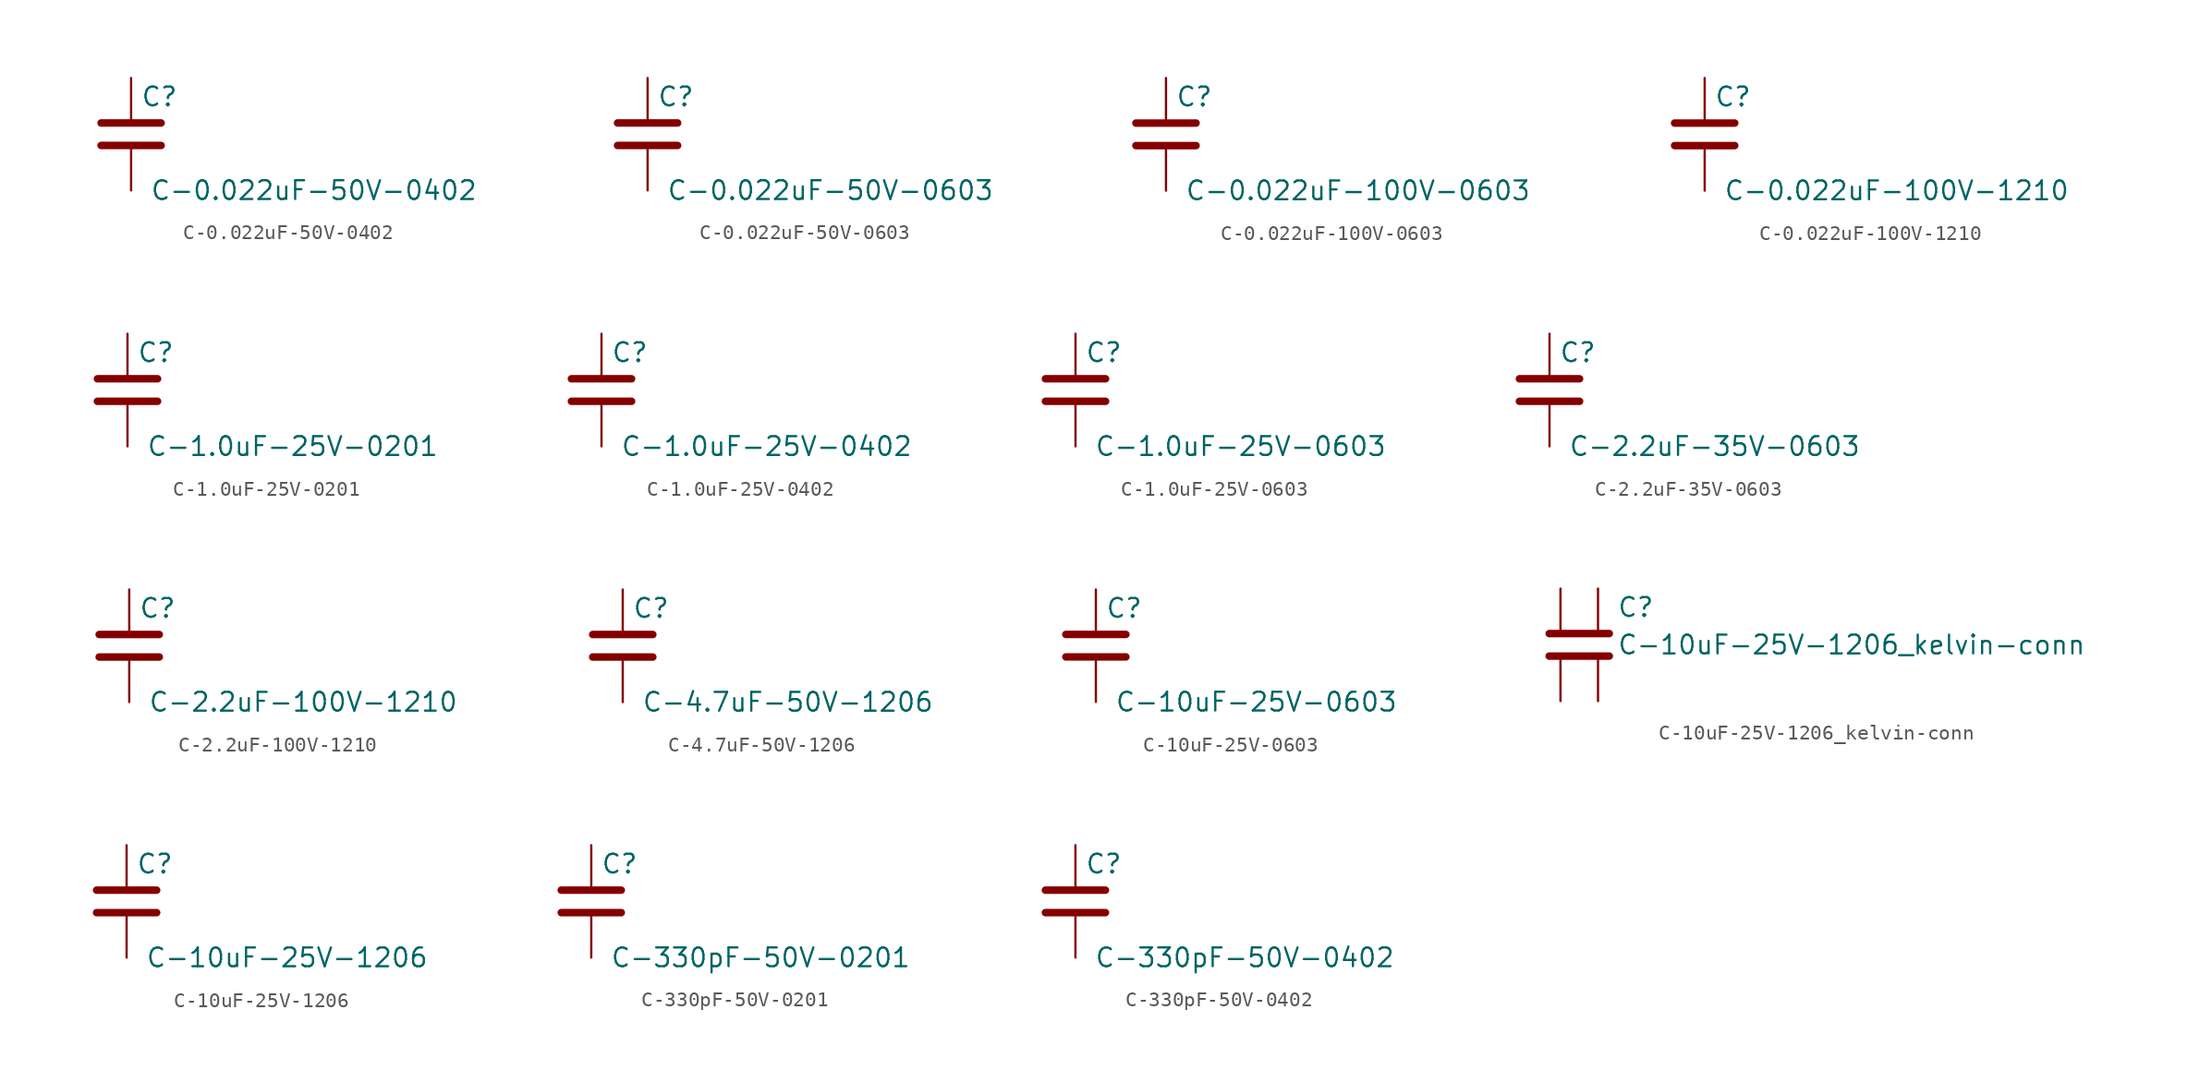
<source format=kicad_sym>
(kicad_symbol_lib
  (version 20220914)
  (generator kicad_symbol_editor)
  (symbol "C-0.022uF-50V-0402"
    (pin_numbers hide)
    (pin_names
      (offset 0.254))
    (property "Reference" "C"
      (at 0.635 2.54 0)
      (effects (font (size 1.27 1.27)) (justify left)))
    (property "Value" "C-0.022uF-50V-0402"
      (at 1.27 -3.81 0)
      (effects (font (size 1.27 1.27)) (justify left)))
    (symbol "C-0.022uF-50V-0402_0_1"
      (polyline (pts (xy -2.032 -0.762) (xy 2.032 -0.762)) (stroke (width 0.508) (type default)) (fill (type none)))
      (polyline (pts (xy -2.032 0.762) (xy 2.032 0.762)) (stroke (width 0.508) (type default)) (fill (type none))))
    (symbol "C-0.022uF-50V-0402_1_1"
      (pin passive line (at 0 3.81 270) (length 2.794) (name "~" (effects (font (size 1.27 1.27)))) (number "1" (effects (font (size 1.27 1.27)))))
      (pin passive line (at 0 -3.81 90) (length 2.794) (name "~" (effects (font (size 1.27 1.27)))) (number "2" (effects (font (size 1.27 1.27)))))))
  (symbol "C-0.022uF-50V-0603"
    (pin_numbers hide)
    (pin_names
      (offset 0.254))
    (property "Reference" "C"
      (at 0.635 2.54 0)
      (effects (font (size 1.27 1.27)) (justify left)))
    (property "Value" "C-0.022uF-50V-0603"
      (at 1.27 -3.81 0)
      (effects (font (size 1.27 1.27)) (justify left)))
    (symbol "C-0.022uF-50V-0603_0_1"
      (polyline (pts (xy -2.032 -0.762) (xy 2.032 -0.762)) (stroke (width 0.508) (type default)) (fill (type none)))
      (polyline (pts (xy -2.032 0.762) (xy 2.032 0.762)) (stroke (width 0.508) (type default)) (fill (type none))))
    (symbol "C-0.022uF-50V-0603_1_1"
      (pin passive line (at 0 3.81 270) (length 2.794) (name "~" (effects (font (size 1.27 1.27)))) (number "1" (effects (font (size 1.27 1.27)))))
      (pin passive line (at 0 -3.81 90) (length 2.794) (name "~" (effects (font (size 1.27 1.27)))) (number "2" (effects (font (size 1.27 1.27)))))))
  (symbol "C-0.022uF-100V-0603"
    (pin_numbers hide)
    (pin_names
      (offset 0.254))
    (property "Reference" "C"
      (at 0.635 2.54 0)
      (effects (font (size 1.27 1.27)) (justify left)))
    (property "Value" "C-0.022uF-100V-0603"
      (at 1.27 -3.81 0)
      (effects (font (size 1.27 1.27)) (justify left)))
    (symbol "C-0.022uF-100V-0603_0_1"
      (polyline (pts (xy -2.032 -0.762) (xy 2.032 -0.762)) (stroke (width 0.508) (type default)) (fill (type none)))
      (polyline (pts (xy -2.032 0.762) (xy 2.032 0.762)) (stroke (width 0.508) (type default)) (fill (type none))))
    (symbol "C-0.022uF-100V-0603_1_1"
      (pin passive line (at 0 3.81 270) (length 2.794) (name "~" (effects (font (size 1.27 1.27)))) (number "1" (effects (font (size 1.27 1.27)))))
      (pin passive line (at 0 -3.81 90) (length 2.794) (name "~" (effects (font (size 1.27 1.27)))) (number "2" (effects (font (size 1.27 1.27)))))))
  (symbol "C-0.022uF-100V-1210"
    (pin_numbers hide)
    (pin_names
      (offset 0.254))
    (property "Reference" "C"
      (at 0.635 2.54 0)
      (effects (font (size 1.27 1.27)) (justify left)))
    (property "Value" "C-0.022uF-100V-1210"
      (at 1.27 -3.81 0)
      (effects (font (size 1.27 1.27)) (justify left)))
    (symbol "C-0.022uF-100V-1210_0_1"
      (polyline (pts (xy -2.032 -0.762) (xy 2.032 -0.762)) (stroke (width 0.508) (type default)) (fill (type none)))
      (polyline (pts (xy -2.032 0.762) (xy 2.032 0.762)) (stroke (width 0.508) (type default)) (fill (type none))))
    (symbol "C-0.022uF-100V-1210_1_1"
      (pin passive line (at 0 3.81 270) (length 2.794) (name "~" (effects (font (size 1.27 1.27)))) (number "1" (effects (font (size 1.27 1.27)))))
      (pin passive line (at 0 -3.81 90) (length 2.794) (name "~" (effects (font (size 1.27 1.27)))) (number "2" (effects (font (size 1.27 1.27)))))))
  (symbol "C-1.0uF-25V-0201"
    (pin_numbers hide)
    (pin_names
      (offset 0.254))
    (property "Reference" "C"
      (at 0.635 2.54 0)
      (effects (font (size 1.27 1.27)) (justify left)))
    (property "Value" "C-1.0uF-25V-0201"
      (at 1.27 -3.81 0)
      (effects (font (size 1.27 1.27)) (justify left)))
    (symbol "C-1.0uF-25V-0201_0_1"
      (polyline (pts (xy -2.032 -0.762) (xy 2.032 -0.762)) (stroke (width 0.508) (type default)) (fill (type none)))
      (polyline (pts (xy -2.032 0.762) (xy 2.032 0.762)) (stroke (width 0.508) (type default)) (fill (type none))))
    (symbol "C-1.0uF-25V-0201_1_1"
      (pin passive line (at 0 3.81 270) (length 2.794) (name "~" (effects (font (size 1.27 1.27)))) (number "1" (effects (font (size 1.27 1.27)))))
      (pin passive line (at 0 -3.81 90) (length 2.794) (name "~" (effects (font (size 1.27 1.27)))) (number "2" (effects (font (size 1.27 1.27)))))))
  (symbol "C-1.0uF-25V-0402"
    (pin_numbers hide)
    (pin_names
      (offset 0.254))
    (property "Reference" "C"
      (at 0.635 2.54 0)
      (effects (font (size 1.27 1.27)) (justify left)))
    (property "Value" "C-1.0uF-25V-0402"
      (at 1.27 -3.81 0)
      (effects (font (size 1.27 1.27)) (justify left)))
    (symbol "C-1.0uF-25V-0402_0_1"
      (polyline (pts (xy -2.032 -0.762) (xy 2.032 -0.762)) (stroke (width 0.508) (type default)) (fill (type none)))
      (polyline (pts (xy -2.032 0.762) (xy 2.032 0.762)) (stroke (width 0.508) (type default)) (fill (type none))))
    (symbol "C-1.0uF-25V-0402_1_1"
      (pin passive line (at 0 3.81 270) (length 2.794) (name "~" (effects (font (size 1.27 1.27)))) (number "1" (effects (font (size 1.27 1.27)))))
      (pin passive line (at 0 -3.81 90) (length 2.794) (name "~" (effects (font (size 1.27 1.27)))) (number "2" (effects (font (size 1.27 1.27)))))))
  (symbol "C-1.0uF-25V-0603"
    (pin_numbers hide)
    (pin_names
      (offset 0.254))
    (property "Reference" "C"
      (at 0.635 2.54 0)
      (effects (font (size 1.27 1.27)) (justify left)))
    (property "Value" "C-1.0uF-25V-0603"
      (at 1.27 -3.81 0)
      (effects (font (size 1.27 1.27)) (justify left)))
    (symbol "C-1.0uF-25V-0603_0_1"
      (polyline (pts (xy -2.032 -0.762) (xy 2.032 -0.762)) (stroke (width 0.508) (type default)) (fill (type none)))
      (polyline (pts (xy -2.032 0.762) (xy 2.032 0.762)) (stroke (width 0.508) (type default)) (fill (type none))))
    (symbol "C-1.0uF-25V-0603_1_1"
      (pin passive line (at 0 3.81 270) (length 2.794) (name "~" (effects (font (size 1.27 1.27)))) (number "1" (effects (font (size 1.27 1.27)))))
      (pin passive line (at 0 -3.81 90) (length 2.794) (name "~" (effects (font (size 1.27 1.27)))) (number "2" (effects (font (size 1.27 1.27)))))))
  (symbol "C-2.2uF-35V-0603"
    (pin_numbers hide)
    (pin_names
      (offset 0.254))
    (property "Reference" "C"
      (at 0.635 2.54 0)
      (effects (font (size 1.27 1.27)) (justify left)))
    (property "Value" "C-2.2uF-35V-0603"
      (at 1.27 -3.81 0)
      (effects (font (size 1.27 1.27)) (justify left)))
    (symbol "C-2.2uF-35V-0603_0_1"
      (polyline (pts (xy -2.032 -0.762) (xy 2.032 -0.762)) (stroke (width 0.508) (type default)) (fill (type none)))
      (polyline (pts (xy -2.032 0.762) (xy 2.032 0.762)) (stroke (width 0.508) (type default)) (fill (type none))))
    (symbol "C-2.2uF-35V-0603_1_1"
      (pin passive line (at 0 3.81 270) (length 2.794) (name "~" (effects (font (size 1.27 1.27)))) (number "1" (effects (font (size 1.27 1.27)))))
      (pin passive line (at 0 -3.81 90) (length 2.794) (name "~" (effects (font (size 1.27 1.27)))) (number "2" (effects (font (size 1.27 1.27)))))))
  (symbol "C-2.2uF-100V-1210"
    (pin_numbers hide)
    (pin_names
      (offset 0.254))
    (property "Reference" "C"
      (at 0.635 2.54 0)
      (effects (font (size 1.27 1.27)) (justify left)))
    (property "Value" "C-2.2uF-100V-1210"
      (at 1.27 -3.81 0)
      (effects (font (size 1.27 1.27)) (justify left)))
    (symbol "C-2.2uF-100V-1210_0_1"
      (polyline (pts (xy -2.032 -0.762) (xy 2.032 -0.762)) (stroke (width 0.508) (type default)) (fill (type none)))
      (polyline (pts (xy -2.032 0.762) (xy 2.032 0.762)) (stroke (width 0.508) (type default)) (fill (type none))))
    (symbol "C-2.2uF-100V-1210_1_1"
      (pin passive line (at 0 3.81 270) (length 2.794) (name "~" (effects (font (size 1.27 1.27)))) (number "1" (effects (font (size 1.27 1.27)))))
      (pin passive line (at 0 -3.81 90) (length 2.794) (name "~" (effects (font (size 1.27 1.27)))) (number "2" (effects (font (size 1.27 1.27)))))))
  (symbol "C-4.7uF-50V-1206"
    (pin_numbers hide)
    (pin_names
      (offset 0.254))
    (property "Reference" "C"
      (at 0.635 2.54 0)
      (effects (font (size 1.27 1.27)) (justify left)))
    (property "Value" "C-4.7uF-50V-1206"
      (at 1.27 -3.81 0)
      (effects (font (size 1.27 1.27)) (justify left)))
    (symbol "C-4.7uF-50V-1206_0_1"
      (polyline (pts (xy -2.032 -0.762) (xy 2.032 -0.762)) (stroke (width 0.508) (type default)) (fill (type none)))
      (polyline (pts (xy -2.032 0.762) (xy 2.032 0.762)) (stroke (width 0.508) (type default)) (fill (type none))))
    (symbol "C-4.7uF-50V-1206_1_1"
      (pin passive line (at 0 3.81 270) (length 2.794) (name "~" (effects (font (size 1.27 1.27)))) (number "1" (effects (font (size 1.27 1.27)))))
      (pin passive line (at 0 -3.81 90) (length 2.794) (name "~" (effects (font (size 1.27 1.27)))) (number "2" (effects (font (size 1.27 1.27)))))))
  (symbol "C-10uF-25V-0603"
    (pin_numbers hide)
    (pin_names
      (offset 0.254))
    (property "Reference" "C"
      (at 0.635 2.54 0)
      (effects (font (size 1.27 1.27)) (justify left)))
    (property "Value" "C-10uF-25V-0603"
      (at 1.27 -3.81 0)
      (effects (font (size 1.27 1.27)) (justify left)))
    (symbol "C-10uF-25V-0603_0_1"
      (polyline (pts (xy -2.032 -0.762) (xy 2.032 -0.762)) (stroke (width 0.508) (type default)) (fill (type none)))
      (polyline (pts (xy -2.032 0.762) (xy 2.032 0.762)) (stroke (width 0.508) (type default)) (fill (type none))))
    (symbol "C-10uF-25V-0603_1_1"
      (pin passive line (at 0 3.81 270) (length 2.794) (name "~" (effects (font (size 1.27 1.27)))) (number "1" (effects (font (size 1.27 1.27)))))
      (pin passive line (at 0 -3.81 90) (length 2.794) (name "~" (effects (font (size 1.27 1.27)))) (number "2" (effects (font (size 1.27 1.27)))))))
  (symbol "C-10uF-25V-1206_kelvin-conn"
    (pin_numbers hide)
    (pin_names
      (offset 0.254))
    (property "Reference" "C"
      (at 2.54 2.54 0)
      (effects (font (size 1.27 1.27)) (justify left)))
    (property "Value" "C-10uF-25V-1206_kelvin-conn"
      (at 2.54 0 0)
      (effects (font (size 1.27 1.27)) (justify left)))
    (symbol "C-10uF-25V-1206_kelvin-conn_0_1"
      (polyline (pts (xy -2.032 -0.762) (xy 2.032 -0.762)) (stroke (width 0.508) (type default)) (fill (type none)))
      (polyline (pts (xy -2.032 0.762) (xy 2.032 0.762)) (stroke (width 0.508) (type default)) (fill (type none))))
    (symbol "C-10uF-25V-1206_kelvin-conn_1_1"
      (pin passive line (at -1.27 3.81 270) (length 2.794) (name "~" (effects (font (size 1.27 1.27)))) (number "1" (effects (font (size 1.27 1.27)))))
      (pin passive line (at 1.27 3.81 270) (length 2.794) (name "~" (effects (font (size 1.27 1.27)))) (number "2" (effects (font (size 1.27 1.27)))))
      (pin passive line (at 1.27 -3.81 90) (length 2.794) (name "~" (effects (font (size 1.27 1.27)))) (number "3" (effects (font (size 1.27 1.27)))))
      (pin passive line (at -1.27 -3.81 90) (length 2.794) (name "~" (effects (font (size 1.27 1.27)))) (number "4" (effects (font (size 1.27 1.27)))))))
  (symbol "C-10uF-25V-1206"
    (pin_numbers hide)
    (pin_names
      (offset 0.254))
    (property "Reference" "C"
      (at 0.635 2.54 0)
      (effects (font (size 1.27 1.27)) (justify left)))
    (property "Value" "C-10uF-25V-1206"
      (at 1.27 -3.81 0)
      (effects (font (size 1.27 1.27)) (justify left)))
    (symbol "C-10uF-25V-1206_0_1"
      (polyline (pts (xy -2.032 -0.762) (xy 2.032 -0.762)) (stroke (width 0.508) (type default)) (fill (type none)))
      (polyline (pts (xy -2.032 0.762) (xy 2.032 0.762)) (stroke (width 0.508) (type default)) (fill (type none))))
    (symbol "C-10uF-25V-1206_1_1"
      (pin passive line (at 0 3.81 270) (length 2.794) (name "~" (effects (font (size 1.27 1.27)))) (number "1" (effects (font (size 1.27 1.27)))))
      (pin passive line (at 0 -3.81 90) (length 2.794) (name "~" (effects (font (size 1.27 1.27)))) (number "2" (effects (font (size 1.27 1.27)))))))
  (symbol "C-330pF-50V-0201"
    (pin_numbers hide)
    (pin_names
      (offset 0.254))
    (property "Reference" "C"
      (at 0.635 2.54 0)
      (effects (font (size 1.27 1.27)) (justify left)))
    (property "Value" "C-330pF-50V-0201"
      (at 1.27 -3.81 0)
      (effects (font (size 1.27 1.27)) (justify left)))
    (symbol "C-330pF-50V-0201_0_1"
      (polyline (pts (xy -2.032 -0.762) (xy 2.032 -0.762)) (stroke (width 0.508) (type default)) (fill (type none)))
      (polyline (pts (xy -2.032 0.762) (xy 2.032 0.762)) (stroke (width 0.508) (type default)) (fill (type none))))
    (symbol "C-330pF-50V-0201_1_1"
      (pin passive line (at 0 3.81 270) (length 2.794) (name "~" (effects (font (size 1.27 1.27)))) (number "1" (effects (font (size 1.27 1.27)))))
      (pin passive line (at 0 -3.81 90) (length 2.794) (name "~" (effects (font (size 1.27 1.27)))) (number "2" (effects (font (size 1.27 1.27)))))))
  (symbol "C-330pF-50V-0402"
    (pin_numbers hide)
    (pin_names
      (offset 0.254))
    (property "Reference" "C"
      (at 0.635 2.54 0)
      (effects (font (size 1.27 1.27)) (justify left)))
    (property "Value" "C-330pF-50V-0402"
      (at 1.27 -3.81 0)
      (effects (font (size 1.27 1.27)) (justify left)))
    (symbol "C-330pF-50V-0402_0_1"
      (polyline (pts (xy -2.032 -0.762) (xy 2.032 -0.762)) (stroke (width 0.508) (type default)) (fill (type none)))
      (polyline (pts (xy -2.032 0.762) (xy 2.032 0.762)) (stroke (width 0.508) (type default)) (fill (type none))))
    (symbol "C-330pF-50V-0402_1_1"
      (pin passive line (at 0 3.81 270) (length 2.794) (name "~" (effects (font (size 1.27 1.27)))) (number "1" (effects (font (size 1.27 1.27)))))
      (pin passive line (at 0 -3.81 90) (length 2.794) (name "~" (effects (font (size 1.27 1.27)))) (number "2" (effects (font (size 1.27 1.27))))))))
</source>
